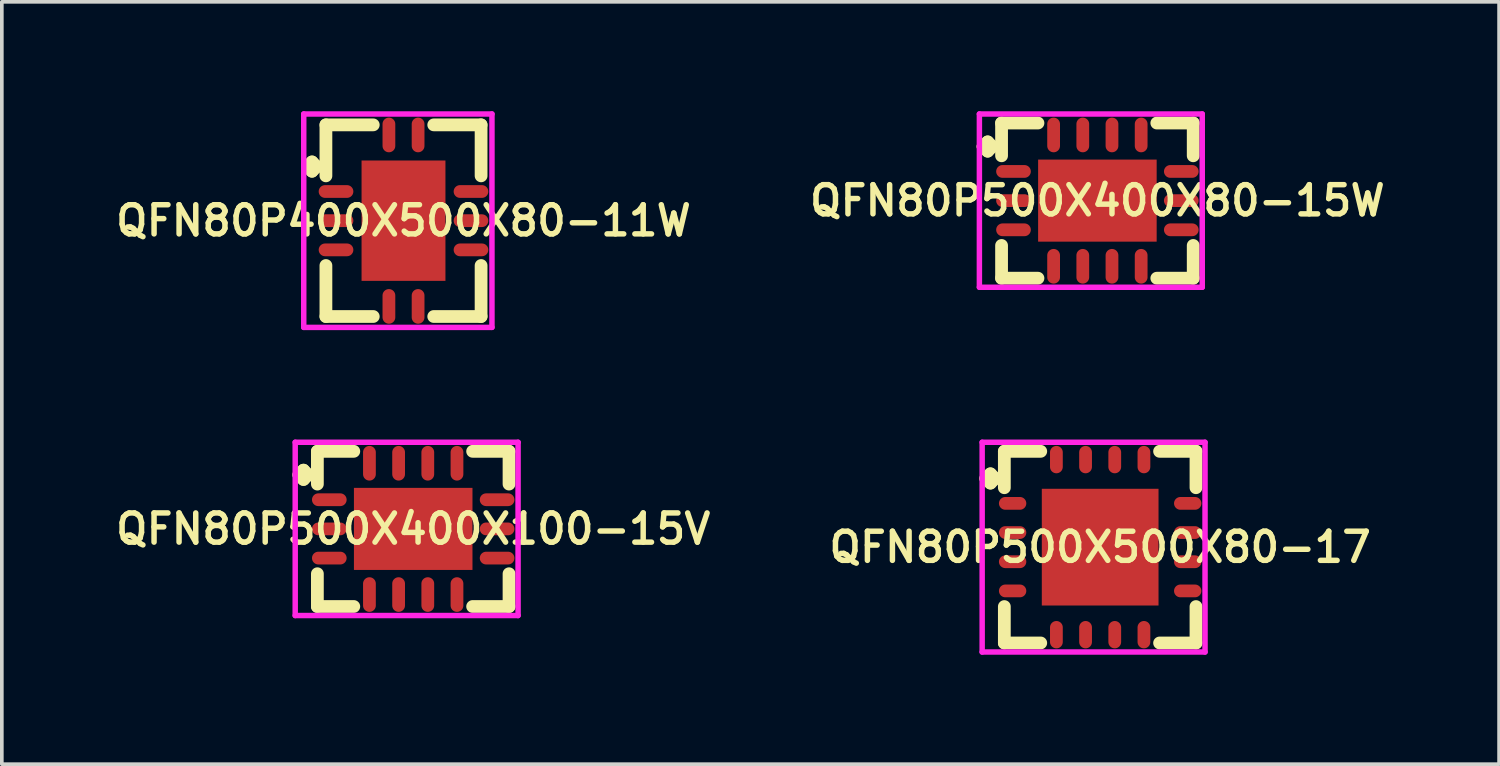
<source format=kicad_pcb>
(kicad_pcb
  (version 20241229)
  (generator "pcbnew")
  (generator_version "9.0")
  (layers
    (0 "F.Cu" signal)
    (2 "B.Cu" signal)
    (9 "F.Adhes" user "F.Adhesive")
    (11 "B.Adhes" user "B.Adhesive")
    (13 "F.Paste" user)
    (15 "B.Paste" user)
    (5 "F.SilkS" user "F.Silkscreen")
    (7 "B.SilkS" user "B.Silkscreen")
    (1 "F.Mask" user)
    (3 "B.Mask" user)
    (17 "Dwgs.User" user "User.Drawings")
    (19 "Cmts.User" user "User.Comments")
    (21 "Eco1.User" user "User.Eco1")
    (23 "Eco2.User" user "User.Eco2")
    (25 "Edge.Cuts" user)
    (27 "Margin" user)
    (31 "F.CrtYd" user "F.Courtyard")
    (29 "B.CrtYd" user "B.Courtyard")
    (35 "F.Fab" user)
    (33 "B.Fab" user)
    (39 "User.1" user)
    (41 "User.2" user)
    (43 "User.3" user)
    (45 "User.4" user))
  (footprint "QFN80P500X500X80-17"
    (layer "F.Cu")
    (at 27.111 11.95)
    (property "Reference" "QFN80P500X500X80-17" (at 0 0 0) (layer "F.SilkS") (effects (font (size 0.8 0.8) (thickness 0.15))))
    (attr smd)
    (fp_line (start -3.135 -1.883) (end -3.008 -2.01) (stroke (width 0.35) (type solid)) (layer "F.SilkS"))
    (fp_line (start -3.008 -2.01) (end -2.881 -1.883) (stroke (width 0.35) (type solid)) (layer "F.SilkS"))
    (fp_line (start -3.008 -1.756) (end -3.135 -1.883) (stroke (width 0.35) (type solid)) (layer "F.SilkS"))
    (fp_line (start -2.881 -1.883) (end -3.008 -1.756) (stroke (width 0.35) (type solid)) (layer "F.SilkS"))
    (fp_line (start -2.627 -2.627) (end -1.629 -2.627) (stroke (width 0.35) (type solid)) (layer "F.SilkS"))
    (fp_line (start -2.627 -1.629) (end -2.627 -2.627) (stroke (width 0.35) (type solid)) (layer "F.SilkS"))
    (fp_line (start -2.627 1.629) (end -2.627 2.627) (stroke (width 0.35) (type solid)) (layer "F.SilkS"))
    (fp_line (start -2.627 2.627) (end -1.629 2.627) (stroke (width 0.35) (type solid)) (layer "F.SilkS"))
    (fp_line (start 1.629 -2.627) (end 2.627 -2.627) (stroke (width 0.35) (type solid)) (layer "F.SilkS"))
    (fp_line (start 1.629 2.627) (end 2.627 2.627) (stroke (width 0.35) (type solid)) (layer "F.SilkS"))
    (fp_line (start 2.627 -2.627) (end 2.627 -1.629) (stroke (width 0.35) (type solid)) (layer "F.SilkS"))
    (fp_line (start 2.627 2.627) (end 2.627 1.629) (stroke (width 0.35) (type solid)) (layer "F.SilkS"))
    (fp_line (start -3.235 -2.875) (end 2.875 -2.875) (stroke (width 0.15) (type solid)) (layer "F.CrtYd"))
    (fp_line (start -3.235 2.875) (end -3.235 -2.875) (stroke (width 0.15) (type solid)) (layer "F.CrtYd"))
    (fp_line (start 2.875 -2.875) (end 2.875 2.875) (stroke (width 0.15) (type solid)) (layer "F.CrtYd"))
    (fp_line (start 2.875 2.875) (end -3.235 2.875) (stroke (width 0.15) (type solid)) (layer "F.CrtYd"))
    (pad "1" smd oval (at -2.4 -1.2) (size 0.75 0.35) (layers "F.Cu" "F.Mask" "F.Paste"))
    (pad "2" smd oval (at -2.4 -0.4) (size 0.75 0.35) (layers "F.Cu" "F.Mask" "F.Paste"))
    (pad "3" smd oval (at -2.4 0.4) (size 0.75 0.35) (layers "F.Cu" "F.Mask" "F.Paste"))
    (pad "4" smd oval (at -2.4 1.2) (size 0.75 0.35) (layers "F.Cu" "F.Mask" "F.Paste"))
    (pad "5" smd oval (at -1.2 2.4) (size 0.35 0.75) (layers "F.Cu" "F.Mask" "F.Paste"))
    (pad "6" smd oval (at -0.4 2.4) (size 0.35 0.75) (layers "F.Cu" "F.Mask" "F.Paste"))
    (pad "7" smd oval (at 0.4 2.4) (size 0.35 0.75) (layers "F.Cu" "F.Mask" "F.Paste"))
    (pad "8" smd oval (at 1.2 2.4) (size 0.35 0.75) (layers "F.Cu" "F.Mask" "F.Paste"))
    (pad "9" smd oval (at 2.4 1.2) (size 0.75 0.35) (layers "F.Cu" "F.Mask" "F.Paste"))
    (pad "10" smd oval (at 2.4 0.4) (size 0.75 0.35) (layers "F.Cu" "F.Mask" "F.Paste"))
    (pad "11" smd oval (at 2.4 -0.4) (size 0.75 0.35) (layers "F.Cu" "F.Mask" "F.Paste"))
    (pad "12" smd oval (at 2.4 -1.2) (size 0.75 0.35) (layers "F.Cu" "F.Mask" "F.Paste"))
    (pad "13" smd oval (at 1.2 -2.4) (size 0.35 0.75) (layers "F.Cu" "F.Mask" "F.Paste"))
    (pad "14" smd oval (at 0.4 -2.4) (size 0.35 0.75) (layers "F.Cu" "F.Mask" "F.Paste"))
    (pad "15" smd oval (at -0.4 -2.4) (size 0.35 0.75) (layers "F.Cu" "F.Mask" "F.Paste"))
    (pad "16" smd oval (at -1.2 -2.4) (size 0.35 0.75) (layers "F.Cu" "F.Mask" "F.Paste"))
    (pad "17" smd rect (at 0 0) (size 3.2 3.2) (layers "F.Cu" "F.Mask" "F.Paste")))
  (footprint "QFN80P400X500X80-11W"
    (layer "F.Cu")
    (at 8.012 3)
    (property "Reference" "QFN80P400X500X80-11W" (at 0 0 0) (layer "F.SilkS") (effects (font (size 0.8 0.8) (thickness 0.15))))
    (attr through_hole)
    (fp_line (start -2.635 -1.483) (end -2.508 -1.61) (stroke (width 0.35) (type solid)) (layer "F.SilkS"))
    (fp_line (start -2.508 -1.61) (end -2.381 -1.483) (stroke (width 0.35) (type solid)) (layer "F.SilkS"))
    (fp_line (start -2.508 -1.356) (end -2.635 -1.483) (stroke (width 0.35) (type solid)) (layer "F.SilkS"))
    (fp_line (start -2.381 -1.483) (end -2.508 -1.356) (stroke (width 0.35) (type solid)) (layer "F.SilkS"))
    (fp_line (start -2.127 -2.627) (end -0.829 -2.627) (stroke (width 0.35) (type solid)) (layer "F.SilkS"))
    (fp_line (start -2.127 -1.229) (end -2.127 -2.627) (stroke (width 0.35) (type solid)) (layer "F.SilkS"))
    (fp_line (start -2.127 1.229) (end -2.127 2.627) (stroke (width 0.35) (type solid)) (layer "F.SilkS"))
    (fp_line (start -2.127 2.627) (end -0.829 2.627) (stroke (width 0.35) (type solid)) (layer "F.SilkS"))
    (fp_line (start 0.829 -2.627) (end 2.127 -2.627) (stroke (width 0.35) (type solid)) (layer "F.SilkS"))
    (fp_line (start 0.829 2.627) (end 2.127 2.627) (stroke (width 0.35) (type solid)) (layer "F.SilkS"))
    (fp_line (start 2.127 -2.627) (end 2.127 -1.229) (stroke (width 0.35) (type solid)) (layer "F.SilkS"))
    (fp_line (start 2.127 2.627) (end 2.127 1.229) (stroke (width 0.35) (type solid)) (layer "F.SilkS"))
    (fp_line (start -2.735 -2.925) (end 2.425 -2.925) (stroke (width 0.15) (type solid)) (layer "F.CrtYd"))
    (fp_line (start -2.735 2.925) (end -2.735 -2.925) (stroke (width 0.15) (type solid)) (layer "F.CrtYd"))
    (fp_line (start 2.425 -2.925) (end 2.425 2.925) (stroke (width 0.15) (type solid)) (layer "F.CrtYd"))
    (fp_line (start 2.425 2.925) (end -2.735 2.925) (stroke (width 0.15) (type solid)) (layer "F.CrtYd"))
    (pad "1" smd oval (at -1.85 -0.8) (size 0.95 0.35) (layers "F.Cu" "F.Mask" "F.Paste"))
    (pad "2" smd oval (at -1.85 0) (size 0.95 0.35) (layers "F.Cu" "F.Mask" "F.Paste"))
    (pad "3" smd oval (at -1.85 0.8) (size 0.95 0.35) (layers "F.Cu" "F.Mask" "F.Paste"))
    (pad "4" smd oval (at -0.4 2.35) (size 0.35 0.95) (layers "F.Cu" "F.Mask" "F.Paste"))
    (pad "5" smd oval (at 0.4 2.35) (size 0.35 0.95) (layers "F.Cu" "F.Mask" "F.Paste"))
    (pad "6" smd oval (at 1.85 0.8) (size 0.95 0.35) (layers "F.Cu" "F.Mask" "F.Paste"))
    (pad "7" smd oval (at 1.85 0) (size 0.95 0.35) (layers "F.Cu" "F.Mask" "F.Paste"))
    (pad "8" smd oval (at 1.85 -0.8) (size 0.95 0.35) (layers "F.Cu" "F.Mask" "F.Paste"))
    (pad "9" smd oval (at 0.4 -2.35) (size 0.35 0.95) (layers "F.Cu" "F.Mask" "F.Paste"))
    (pad "10" smd oval (at -0.4 -2.35) (size 0.35 0.95) (layers "F.Cu" "F.Mask" "F.Paste"))
    (pad "11" smd rect (at 0 0) (size 2.3 3.3) (layers "F.Cu" "F.Mask" "F.Paste")))
  (footprint "QFN80P500X400X80-15W"
    (layer "F.Cu")
    (at 27.035 2.45)
    (property "Reference" "QFN80P500X400X80-15W" (at 0 0 0) (layer "F.SilkS") (effects (font (size 0.8 0.8) (thickness 0.15))))
    (attr smd)
    (fp_line (start -3.135 -1.483) (end -3.008 -1.61) (stroke (width 0.35) (type solid)) (layer "F.SilkS"))
    (fp_line (start -3.008 -1.61) (end -2.881 -1.483) (stroke (width 0.35) (type solid)) (layer "F.SilkS"))
    (fp_line (start -3.008 -1.356) (end -3.135 -1.483) (stroke (width 0.35) (type solid)) (layer "F.SilkS"))
    (fp_line (start -2.881 -1.483) (end -3.008 -1.356) (stroke (width 0.35) (type solid)) (layer "F.SilkS"))
    (fp_line (start -2.627 -2.127) (end -1.629 -2.127) (stroke (width 0.35) (type solid)) (layer "F.SilkS"))
    (fp_line (start -2.627 -1.229) (end -2.627 -2.127) (stroke (width 0.35) (type solid)) (layer "F.SilkS"))
    (fp_line (start -2.627 1.229) (end -2.627 2.127) (stroke (width 0.35) (type solid)) (layer "F.SilkS"))
    (fp_line (start -2.627 2.127) (end -1.629 2.127) (stroke (width 0.35) (type solid)) (layer "F.SilkS"))
    (fp_line (start 1.629 -2.127) (end 2.627 -2.127) (stroke (width 0.35) (type solid)) (layer "F.SilkS"))
    (fp_line (start 1.629 2.127) (end 2.627 2.127) (stroke (width 0.35) (type solid)) (layer "F.SilkS"))
    (fp_line (start 2.627 -2.127) (end 2.627 -1.229) (stroke (width 0.35) (type solid)) (layer "F.SilkS"))
    (fp_line (start 2.627 2.127) (end 2.627 1.229) (stroke (width 0.35) (type solid)) (layer "F.SilkS"))
    (fp_line (start -3.235 -2.375) (end 2.875 -2.375) (stroke (width 0.15) (type solid)) (layer "F.CrtYd"))
    (fp_line (start -3.235 2.375) (end -3.235 -2.375) (stroke (width 0.15) (type solid)) (layer "F.CrtYd"))
    (fp_line (start 2.875 -2.375) (end 2.875 2.375) (stroke (width 0.15) (type solid)) (layer "F.CrtYd"))
    (fp_line (start 2.875 2.375) (end -3.235 2.375) (stroke (width 0.15) (type solid)) (layer "F.CrtYd"))
    (pad "1" smd oval (at -2.3 -0.8) (size 0.95 0.35) (layers "F.Cu" "F.Mask" "F.Paste"))
    (pad "2" smd oval (at -2.3 0) (size 0.95 0.35) (layers "F.Cu" "F.Mask" "F.Paste"))
    (pad "3" smd oval (at -2.3 0.8) (size 0.95 0.35) (layers "F.Cu" "F.Mask" "F.Paste"))
    (pad "4" smd oval (at -1.2 1.8) (size 0.35 0.95) (layers "F.Cu" "F.Mask" "F.Paste"))
    (pad "5" smd oval (at -0.4 1.8) (size 0.35 0.95) (layers "F.Cu" "F.Mask" "F.Paste"))
    (pad "6" smd oval (at 0.4 1.8) (size 0.35 0.95) (layers "F.Cu" "F.Mask" "F.Paste"))
    (pad "7" smd oval (at 1.2 1.8) (size 0.35 0.95) (layers "F.Cu" "F.Mask" "F.Paste"))
    (pad "8" smd oval (at 2.3 0.8) (size 0.95 0.35) (layers "F.Cu" "F.Mask" "F.Paste"))
    (pad "9" smd oval (at 2.3 0) (size 0.95 0.35) (layers "F.Cu" "F.Mask" "F.Paste"))
    (pad "10" smd oval (at 2.3 -0.8) (size 0.95 0.35) (layers "F.Cu" "F.Mask" "F.Paste"))
    (pad "11" smd oval (at 1.2 -1.8) (size 0.35 0.95) (layers "F.Cu" "F.Mask" "F.Paste"))
    (pad "12" smd oval (at 0.4 -1.8) (size 0.35 0.95) (layers "F.Cu" "F.Mask" "F.Paste"))
    (pad "13" smd oval (at -0.4 -1.8) (size 0.35 0.95) (layers "F.Cu" "F.Mask" "F.Paste"))
    (pad "14" smd oval (at -1.2 -1.8) (size 0.35 0.95) (layers "F.Cu" "F.Mask" "F.Paste"))
    (pad "15" smd rect (at 0 0) (size 3.25 2.25) (layers "F.Cu" "F.Mask" "F.Paste")))
  (footprint "QFN80P500X400X100-15V"
    (layer "F.Cu")
    (at 8.278 11.45)
    (property "Reference" "QFN80P500X400X100-15V" (at 0 0 0) (layer "F.SilkS") (effects (font (size 0.8 0.8) (thickness 0.15))))
    (attr through_hole)
    (fp_line (start -3.135 -1.483) (end -3.008 -1.61) (stroke (width 0.35) (type solid)) (layer "F.SilkS"))
    (fp_line (start -3.008 -1.61) (end -2.881 -1.483) (stroke (width 0.35) (type solid)) (layer "F.SilkS"))
    (fp_line (start -3.008 -1.356) (end -3.135 -1.483) (stroke (width 0.35) (type solid)) (layer "F.SilkS"))
    (fp_line (start -2.881 -1.483) (end -3.008 -1.356) (stroke (width 0.35) (type solid)) (layer "F.SilkS"))
    (fp_line (start -2.627 -2.127) (end -1.629 -2.127) (stroke (width 0.35) (type solid)) (layer "F.SilkS"))
    (fp_line (start -2.627 -1.229) (end -2.627 -2.127) (stroke (width 0.35) (type solid)) (layer "F.SilkS"))
    (fp_line (start -2.627 1.229) (end -2.627 2.127) (stroke (width 0.35) (type solid)) (layer "F.SilkS"))
    (fp_line (start -2.627 2.127) (end -1.629 2.127) (stroke (width 0.35) (type solid)) (layer "F.SilkS"))
    (fp_line (start 1.629 -2.127) (end 2.627 -2.127) (stroke (width 0.35) (type solid)) (layer "F.SilkS"))
    (fp_line (start 1.629 2.127) (end 2.627 2.127) (stroke (width 0.35) (type solid)) (layer "F.SilkS"))
    (fp_line (start 2.627 -2.127) (end 2.627 -1.229) (stroke (width 0.35) (type solid)) (layer "F.SilkS"))
    (fp_line (start 2.627 2.127) (end 2.627 1.229) (stroke (width 0.35) (type solid)) (layer "F.SilkS"))
    (fp_line (start -3.235 -2.375) (end 2.875 -2.375) (stroke (width 0.15) (type solid)) (layer "F.CrtYd"))
    (fp_line (start -3.235 2.375) (end -3.235 -2.375) (stroke (width 0.15) (type solid)) (layer "F.CrtYd"))
    (fp_line (start 2.875 -2.375) (end 2.875 2.375) (stroke (width 0.15) (type solid)) (layer "F.CrtYd"))
    (fp_line (start 2.875 2.375) (end -3.235 2.375) (stroke (width 0.15) (type solid)) (layer "F.CrtYd"))
    (pad "1" smd oval (at -2.3 -0.8) (size 0.95 0.35) (layers "F.Cu" "F.Mask" "F.Paste"))
    (pad "2" smd oval (at -2.3 0) (size 0.95 0.35) (layers "F.Cu" "F.Mask" "F.Paste"))
    (pad "3" smd oval (at -2.3 0.8) (size 0.95 0.35) (layers "F.Cu" "F.Mask" "F.Paste"))
    (pad "4" smd oval (at -1.2 1.8) (size 0.35 0.95) (layers "F.Cu" "F.Mask" "F.Paste"))
    (pad "5" smd oval (at -0.4 1.8) (size 0.35 0.95) (layers "F.Cu" "F.Mask" "F.Paste"))
    (pad "6" smd oval (at 0.4 1.8) (size 0.35 0.95) (layers "F.Cu" "F.Mask" "F.Paste"))
    (pad "7" smd oval (at 1.2 1.8) (size 0.35 0.95) (layers "F.Cu" "F.Mask" "F.Paste"))
    (pad "8" smd oval (at 2.3 0.8) (size 0.95 0.35) (layers "F.Cu" "F.Mask" "F.Paste"))
    (pad "9" smd oval (at 2.3 0) (size 0.95 0.35) (layers "F.Cu" "F.Mask" "F.Paste"))
    (pad "10" smd oval (at 2.3 -0.8) (size 0.95 0.35) (layers "F.Cu" "F.Mask" "F.Paste"))
    (pad "11" smd oval (at 1.2 -1.8) (size 0.35 0.95) (layers "F.Cu" "F.Mask" "F.Paste"))
    (pad "12" smd oval (at 0.4 -1.8) (size 0.35 0.95) (layers "F.Cu" "F.Mask" "F.Paste"))
    (pad "13" smd oval (at -0.4 -1.8) (size 0.35 0.95) (layers "F.Cu" "F.Mask" "F.Paste"))
    (pad "14" smd oval (at -1.2 -1.8) (size 0.35 0.95) (layers "F.Cu" "F.Mask" "F.Paste"))
    (pad "15" smd rect (at 0 0) (size 3.25 2.25) (layers "F.Cu" "F.Mask" "F.Paste")))
  (gr_rect
    (start -3 -3)
    (end 38.047 17.9)
    (stroke (width 0.1) (type default))
    (fill no)
    (layer "Edge.Cuts")))
</source>
